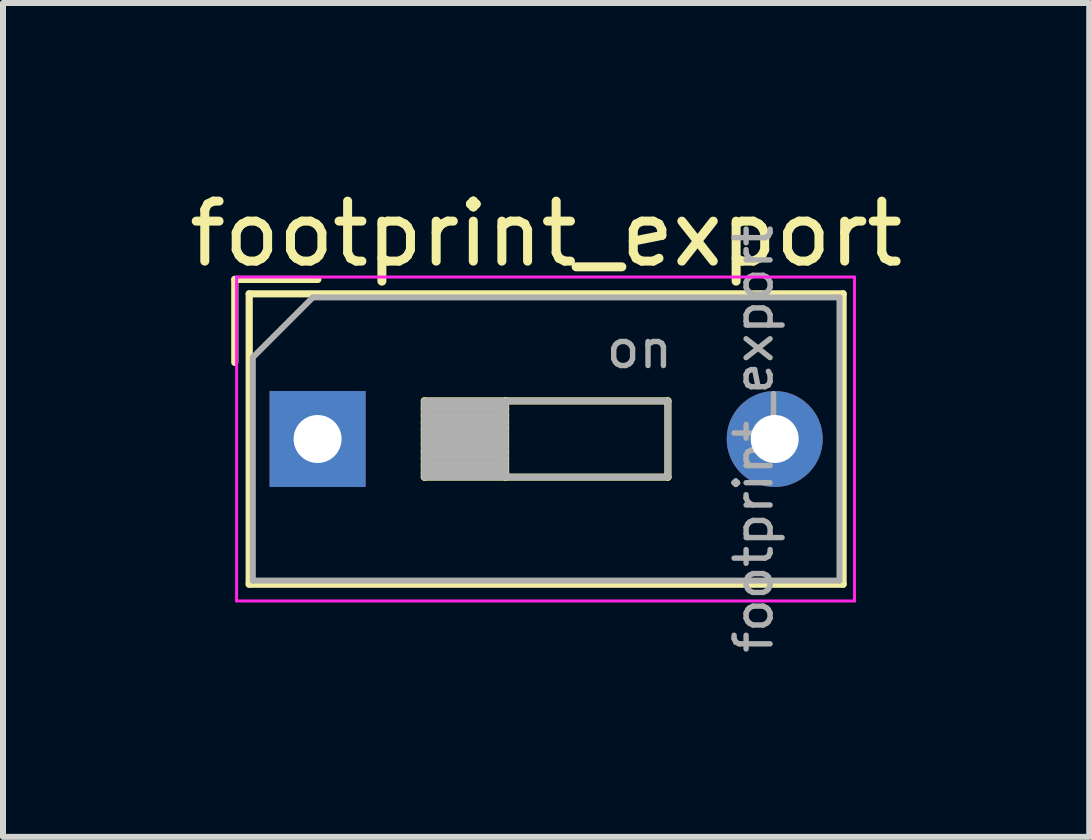
<source format=kicad_pcb>
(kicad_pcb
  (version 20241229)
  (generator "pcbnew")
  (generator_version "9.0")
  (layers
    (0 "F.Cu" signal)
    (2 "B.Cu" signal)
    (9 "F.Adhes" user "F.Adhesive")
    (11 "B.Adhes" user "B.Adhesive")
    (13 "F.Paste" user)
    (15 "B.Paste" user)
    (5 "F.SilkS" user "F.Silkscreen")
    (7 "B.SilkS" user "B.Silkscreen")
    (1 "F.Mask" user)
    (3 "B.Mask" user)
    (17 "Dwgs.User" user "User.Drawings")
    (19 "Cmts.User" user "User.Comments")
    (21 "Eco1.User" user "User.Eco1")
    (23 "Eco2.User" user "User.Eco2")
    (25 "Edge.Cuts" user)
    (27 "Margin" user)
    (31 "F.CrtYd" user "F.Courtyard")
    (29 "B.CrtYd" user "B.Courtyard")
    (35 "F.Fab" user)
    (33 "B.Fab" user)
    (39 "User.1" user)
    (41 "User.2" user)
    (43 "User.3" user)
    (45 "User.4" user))
  (footprint "footprint_export"
    (layer "F.Cu")
    (at 2.244 4.268)
    (property "Reference" "footprint_export" (at 3.81 -3.42 0) (layer "F.SilkS") (effects (font (size 1 1) (thickness 0.15))))
    (attr through_hole)
    (fp_line (start -1.38 -2.66) (end -1.38 -1.277) (stroke (width 0.12) (type solid)) (layer "F.SilkS"))
    (fp_line (start -1.38 -2.66) (end 0.004 -2.66) (stroke (width 0.12) (type solid)) (layer "F.SilkS"))
    (fp_line (start -1.14 -2.42) (end -1.14 2.42) (stroke (width 0.12) (type solid)) (layer "F.SilkS"))
    (fp_line (start -1.14 -2.42) (end 8.76 -2.42) (stroke (width 0.12) (type solid)) (layer "F.SilkS"))
    (fp_line (start -1.14 2.42) (end 8.76 2.42) (stroke (width 0.12) (type solid)) (layer "F.SilkS"))
    (fp_line (start 1.78 -0.635) (end 1.78 0.635) (stroke (width 0.12) (type solid)) (layer "F.SilkS"))
    (fp_line (start 1.78 -0.515) (end 3.133 -0.515) (stroke (width 0.12) (type solid)) (layer "F.SilkS"))
    (fp_line (start 1.78 -0.395) (end 3.133 -0.395) (stroke (width 0.12) (type solid)) (layer "F.SilkS"))
    (fp_line (start 1.78 -0.275) (end 3.133 -0.275) (stroke (width 0.12) (type solid)) (layer "F.SilkS"))
    (fp_line (start 1.78 -0.155) (end 3.133 -0.155) (stroke (width 0.12) (type solid)) (layer "F.SilkS"))
    (fp_line (start 1.78 -0.035) (end 3.133 -0.035) (stroke (width 0.12) (type solid)) (layer "F.SilkS"))
    (fp_line (start 1.78 0.085) (end 3.133 0.085) (stroke (width 0.12) (type solid)) (layer "F.SilkS"))
    (fp_line (start 1.78 0.205) (end 3.133 0.205) (stroke (width 0.12) (type solid)) (layer "F.SilkS"))
    (fp_line (start 1.78 0.325) (end 3.133 0.325) (stroke (width 0.12) (type solid)) (layer "F.SilkS"))
    (fp_line (start 1.78 0.445) (end 3.133 0.445) (stroke (width 0.12) (type solid)) (layer "F.SilkS"))
    (fp_line (start 1.78 0.565) (end 3.133 0.565) (stroke (width 0.12) (type solid)) (layer "F.SilkS"))
    (fp_line (start 1.78 0.635) (end 5.84 0.635) (stroke (width 0.12) (type solid)) (layer "F.SilkS"))
    (fp_line (start 3.133 -0.635) (end 3.133 0.635) (stroke (width 0.12) (type solid)) (layer "F.SilkS"))
    (fp_line (start 5.84 -0.635) (end 1.78 -0.635) (stroke (width 0.12) (type solid)) (layer "F.SilkS"))
    (fp_line (start 5.84 0.635) (end 5.84 -0.635) (stroke (width 0.12) (type solid)) (layer "F.SilkS"))
    (fp_line (start 8.76 -2.42) (end 8.76 2.42) (stroke (width 0.12) (type solid)) (layer "F.SilkS"))
    (fp_line (start -1.35 -2.7) (end -1.35 2.7) (stroke (width 0.05) (type solid)) (layer "F.CrtYd"))
    (fp_line (start -1.35 2.7) (end 8.95 2.7) (stroke (width 0.05) (type solid)) (layer "F.CrtYd"))
    (fp_line (start 8.95 -2.7) (end -1.35 -2.7) (stroke (width 0.05) (type solid)) (layer "F.CrtYd"))
    (fp_line (start 8.95 2.7) (end 8.95 -2.7) (stroke (width 0.05) (type solid)) (layer "F.CrtYd"))
    (fp_line (start -1.08 -1.36) (end -0.08 -2.36) (stroke (width 0.1) (type solid)) (layer "F.Fab"))
    (fp_line (start -1.08 2.36) (end -1.08 -1.36) (stroke (width 0.1) (type solid)) (layer "F.Fab"))
    (fp_line (start -0.08 -2.36) (end 8.7 -2.36) (stroke (width 0.1) (type solid)) (layer "F.Fab"))
    (fp_line (start 1.78 -0.635) (end 1.78 0.635) (stroke (width 0.1) (type solid)) (layer "F.Fab"))
    (fp_line (start 1.78 -0.535) (end 3.133 -0.535) (stroke (width 0.1) (type solid)) (layer "F.Fab"))
    (fp_line (start 1.78 -0.435) (end 3.133 -0.435) (stroke (width 0.1) (type solid)) (layer "F.Fab"))
    (fp_line (start 1.78 -0.335) (end 3.133 -0.335) (stroke (width 0.1) (type solid)) (layer "F.Fab"))
    (fp_line (start 1.78 -0.235) (end 3.133 -0.235) (stroke (width 0.1) (type solid)) (layer "F.Fab"))
    (fp_line (start 1.78 -0.135) (end 3.133 -0.135) (stroke (width 0.1) (type solid)) (layer "F.Fab"))
    (fp_line (start 1.78 -0.035) (end 3.133 -0.035) (stroke (width 0.1) (type solid)) (layer "F.Fab"))
    (fp_line (start 1.78 0.065) (end 3.133 0.065) (stroke (width 0.1) (type solid)) (layer "F.Fab"))
    (fp_line (start 1.78 0.165) (end 3.133 0.165) (stroke (width 0.1) (type solid)) (layer "F.Fab"))
    (fp_line (start 1.78 0.265) (end 3.133 0.265) (stroke (width 0.1) (type solid)) (layer "F.Fab"))
    (fp_line (start 1.78 0.365) (end 3.133 0.365) (stroke (width 0.1) (type solid)) (layer "F.Fab"))
    (fp_line (start 1.78 0.465) (end 3.133 0.465) (stroke (width 0.1) (type solid)) (layer "F.Fab"))
    (fp_line (start 1.78 0.565) (end 3.133 0.565) (stroke (width 0.1) (type solid)) (layer "F.Fab"))
    (fp_line (start 1.78 0.635) (end 5.84 0.635) (stroke (width 0.1) (type solid)) (layer "F.Fab"))
    (fp_line (start 3.133 -0.635) (end 3.133 0.635) (stroke (width 0.1) (type solid)) (layer "F.Fab"))
    (fp_line (start 5.84 -0.635) (end 1.78 -0.635) (stroke (width 0.1) (type solid)) (layer "F.Fab"))
    (fp_line (start 5.84 0.635) (end 5.84 -0.635) (stroke (width 0.1) (type solid)) (layer "F.Fab"))
    (fp_line (start 8.7 -2.36) (end 8.7 2.36) (stroke (width 0.1) (type solid)) (layer "F.Fab"))
    (fp_line (start 8.7 2.36) (end -1.08 2.36) (stroke (width 0.1) (type solid)) (layer "F.Fab"))
    (fp_text user "on" (at 5.365 -1.498 0) (layer "F.Fab") (effects (font (size 0.6 0.6) (thickness 0.09))))
    (fp_text user "${REFERENCE}" (at 7.27 0 90) (layer "F.Fab") (effects (font (size 0.6 0.6) (thickness 0.09))))
    (pad "1" thru_hole rect (at 0 0) (size 1.6 1.6) (drill 0.8) (layers "*.Cu" "*.Mask"))
    (pad "2" thru_hole oval (at 7.62 0) (size 1.6 1.6) (drill 0.8) (layers "*.Cu" "*.Mask")))
  (gr_rect
    (start -3 -3)
    (end 15.107 10.9)
    (stroke (width 0.1) (type default))
    (fill no)
    (layer "Edge.Cuts")))
</source>
